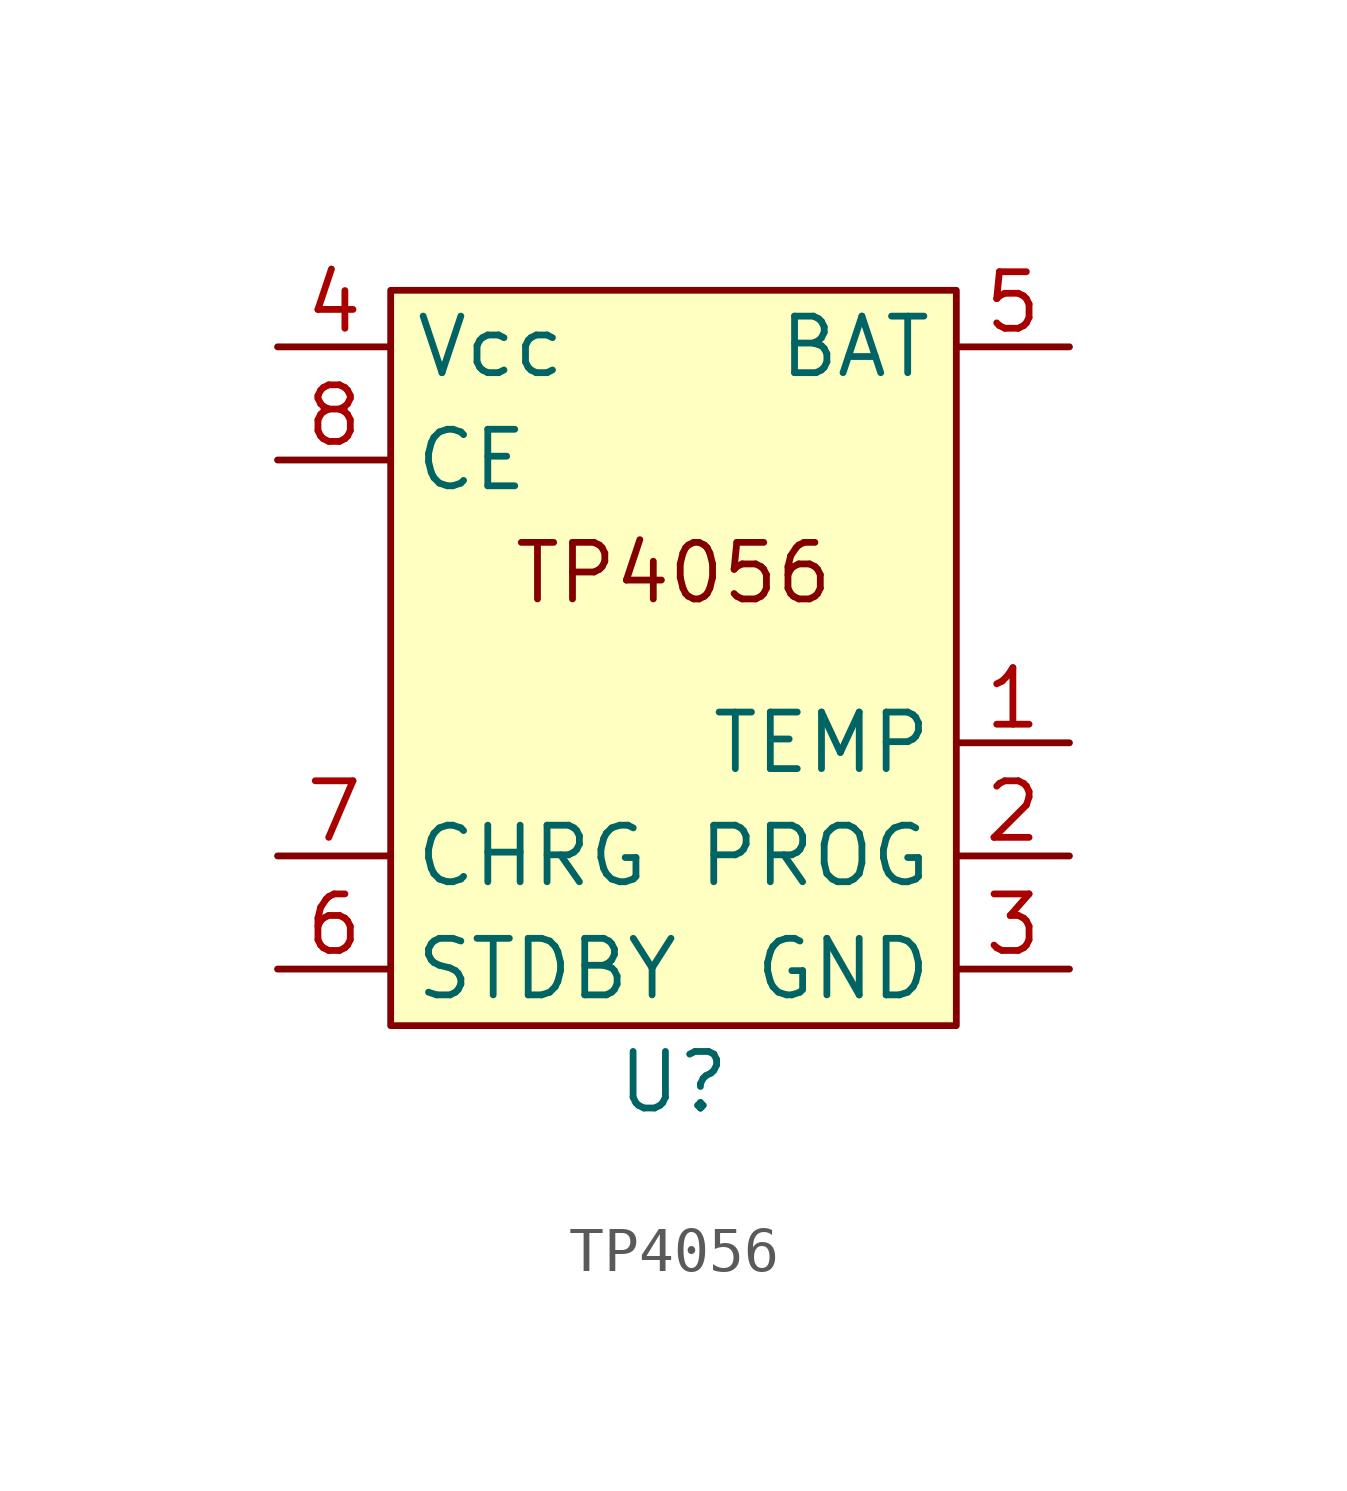
<source format=kicad_sym>
(kicad_symbol_lib
  (version 20220914)
  (generator kicad_symbol_editor)
  (symbol "TP4056"
    (property "Reference" "U"
      (at 0 0 0)
      (effects (font (size 1.27 1.27))))
    (property "Value" ""
      (at 0 0 0)
      (effects (font (size 1.27 1.27))))
    (symbol "TP4056_1_1"
      (rectangle (start -6.35 17.78) (end 6.35 1.27) (stroke (width 0) (type default)) (fill (type background)))
      (text "TP4056" (at 0 11.43 0) (effects (font (size 1.27 1.27))))
      (pin input line (at 8.89 7.62 180) (length 2.54) (name "TEMP" (effects (font (size 1.27 1.27)))) (number "1" (effects (font (size 1.27 1.27)))))
      (pin input line (at 8.89 5.08 180) (length 2.54) (name "PROG" (effects (font (size 1.27 1.27)))) (number "2" (effects (font (size 1.27 1.27)))))
      (pin bidirectional line (at 8.89 2.54 180) (length 2.54) (name "GND" (effects (font (size 1.27 1.27)))) (number "3" (effects (font (size 1.27 1.27)))))
      (pin input line (at -8.89 16.51 0) (length 2.54) (name "Vcc" (effects (font (size 1.27 1.27)))) (number "4" (effects (font (size 1.27 1.27)))))
      (pin output line (at 8.89 16.51 180) (length 2.54) (name "BAT" (effects (font (size 1.27 1.27)))) (number "5" (effects (font (size 1.27 1.27)))))
      (pin output line (at -8.89 2.54 0) (length 2.54) (name "STDBY" (effects (font (size 1.27 1.27)))) (number "6" (effects (font (size 1.27 1.27)))))
      (pin output line (at -8.89 5.08 0) (length 2.54) (name "CHRG" (effects (font (size 1.27 1.27)))) (number "7" (effects (font (size 1.27 1.27)))))
      (pin input line (at -8.89 13.97 0) (length 2.54) (name "CE" (effects (font (size 1.27 1.27)))) (number "8" (effects (font (size 1.27 1.27))))))))
</source>
